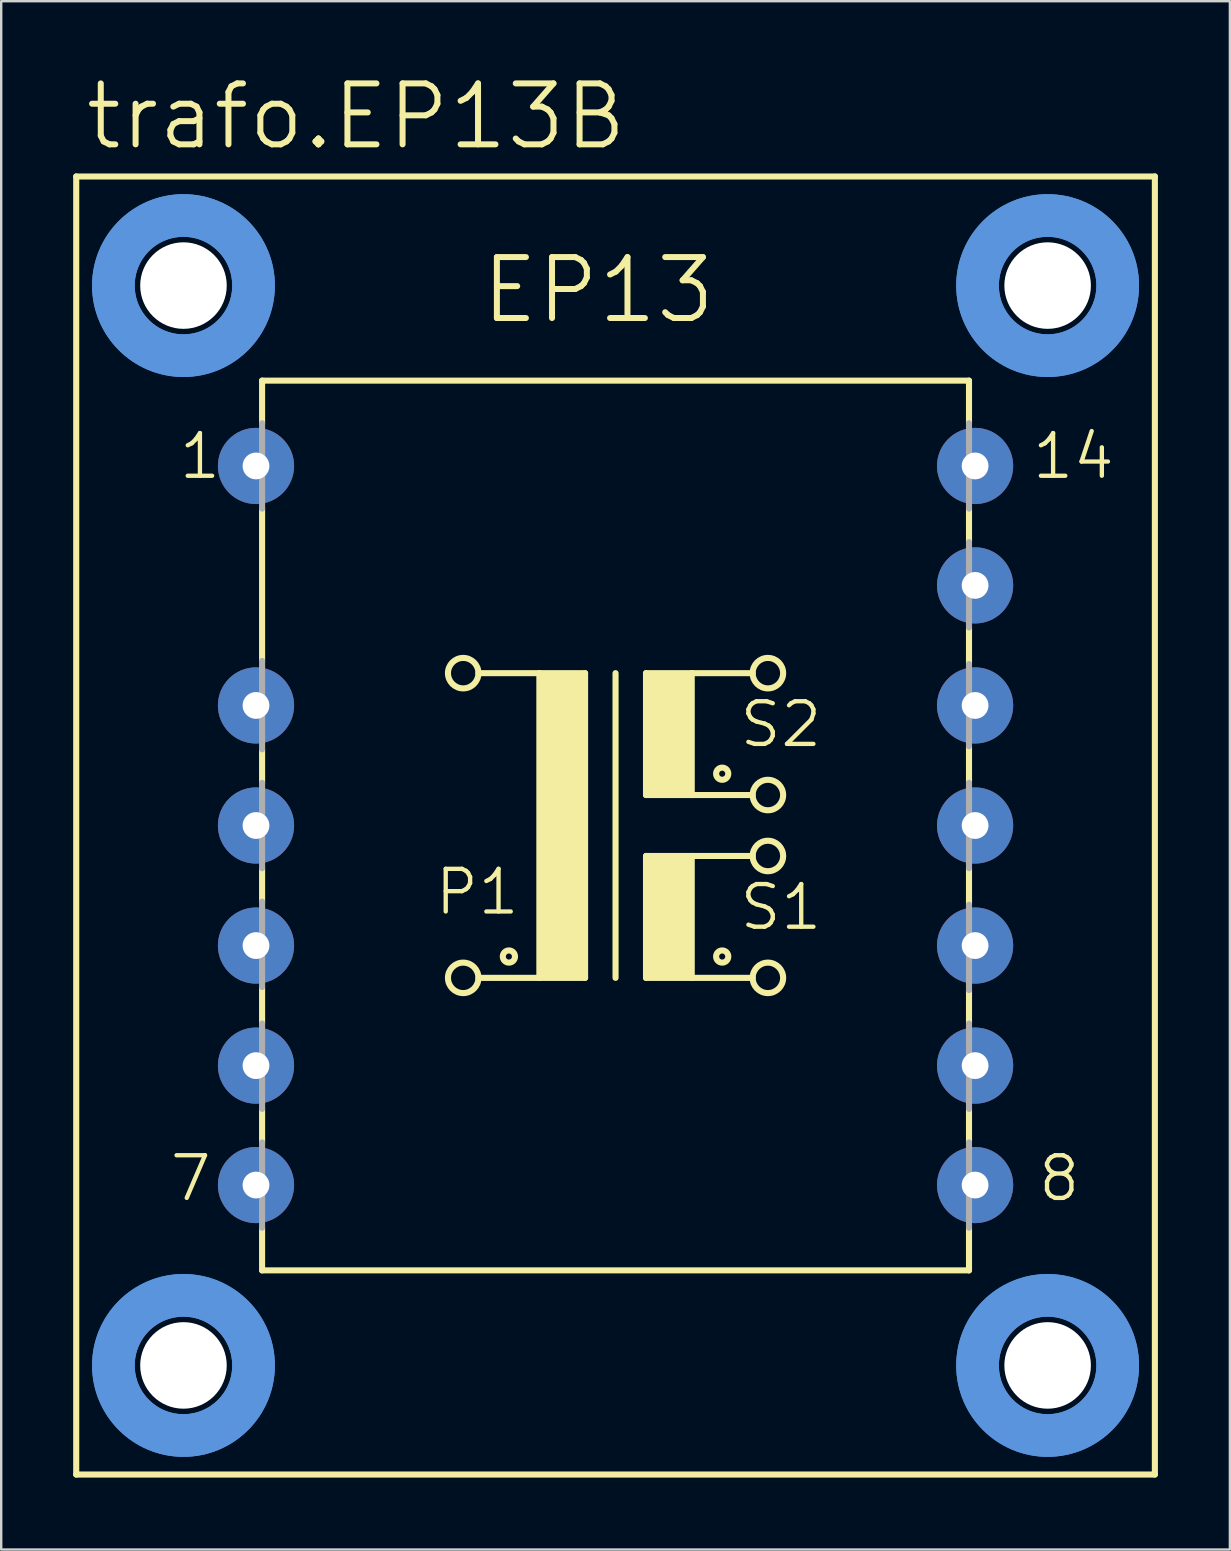
<source format=kicad_pcb>
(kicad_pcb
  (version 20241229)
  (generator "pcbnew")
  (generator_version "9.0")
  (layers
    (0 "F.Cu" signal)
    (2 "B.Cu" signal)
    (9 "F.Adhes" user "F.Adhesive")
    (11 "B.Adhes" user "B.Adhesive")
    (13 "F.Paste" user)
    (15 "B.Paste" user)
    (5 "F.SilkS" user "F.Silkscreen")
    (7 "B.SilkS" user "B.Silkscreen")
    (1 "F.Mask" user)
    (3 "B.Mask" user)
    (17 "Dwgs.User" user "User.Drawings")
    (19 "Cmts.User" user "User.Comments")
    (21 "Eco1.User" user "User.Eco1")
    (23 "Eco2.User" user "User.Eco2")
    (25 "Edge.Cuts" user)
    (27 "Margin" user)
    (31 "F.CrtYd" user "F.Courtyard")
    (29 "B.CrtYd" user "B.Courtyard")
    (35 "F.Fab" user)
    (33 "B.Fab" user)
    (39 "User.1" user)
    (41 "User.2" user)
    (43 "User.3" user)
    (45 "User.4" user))
  (footprint "trafo.EP13B"
    (layer "F.Cu")
    (at 22.606 31.357)
    (property "Reference" "trafo.EP13B" (at -22.225 -28.067 0) (layer "F.SilkS") (effects (font (size 2.54 2.54) (thickness 0.25)) (justify left bottom)))
    (attr through_hole)
    (fp_line (start -22.479 27.051) (end -22.479 -27.051) (stroke (width 0.254) (type default)) (layer "F.SilkS"))
    (fp_line (start -22.479 27.051) (end 22.479 27.051) (stroke (width 0.254) (type default)) (layer "F.SilkS"))
    (fp_line (start -14.732 -18.542) (end -14.732 -16.764) (stroke (width 0.254) (type default)) (layer "F.SilkS"))
    (fp_line (start -14.732 -18.542) (end 14.732 -18.542) (stroke (width 0.254) (type default)) (layer "F.SilkS"))
    (fp_line (start -14.732 -13.208) (end -14.732 -6.858) (stroke (width 0.254) (type default)) (layer "F.SilkS"))
    (fp_line (start -14.732 -3.175) (end -14.732 -1.778) (stroke (width 0.254) (type default)) (layer "F.SilkS"))
    (fp_line (start -14.732 1.778) (end -14.732 3.175) (stroke (width 0.254) (type default)) (layer "F.SilkS"))
    (fp_line (start -14.732 6.731) (end -14.732 8.255) (stroke (width 0.254) (type default)) (layer "F.SilkS"))
    (fp_line (start -14.732 11.811) (end -14.732 13.208) (stroke (width 0.254) (type default)) (layer "F.SilkS"))
    (fp_line (start -14.732 16.764) (end -14.732 18.542) (stroke (width 0.254) (type default)) (layer "F.SilkS"))
    (fp_line (start -5.715 -6.35) (end -3.175 -6.35) (stroke (width 0.254) (type default)) (layer "F.SilkS"))
    (fp_line (start -3.175 -6.35) (end -3.175 6.35) (stroke (width 0.254) (type default)) (layer "F.SilkS"))
    (fp_line (start -3.175 -6.35) (end -1.27 -6.35) (stroke (width 0.254) (type default)) (layer "F.SilkS"))
    (fp_line (start -3.175 6.35) (end -5.715 6.35) (stroke (width 0.254) (type default)) (layer "F.SilkS"))
    (fp_line (start -1.27 -6.35) (end -1.27 6.35) (stroke (width 0.254) (type default)) (layer "F.SilkS"))
    (fp_line (start -1.27 6.35) (end -3.175 6.35) (stroke (width 0.254) (type default)) (layer "F.SilkS"))
    (fp_line (start 0 -6.35) (end 0 6.35) (stroke (width 0.254) (type default)) (layer "F.SilkS"))
    (fp_line (start 1.27 -6.35) (end 1.27 -1.27) (stroke (width 0.254) (type default)) (layer "F.SilkS"))
    (fp_line (start 1.27 -6.35) (end 3.175 -6.35) (stroke (width 0.254) (type default)) (layer "F.SilkS"))
    (fp_line (start 1.27 -1.27) (end 3.175 -1.27) (stroke (width 0.254) (type default)) (layer "F.SilkS"))
    (fp_line (start 1.27 1.27) (end 1.27 6.35) (stroke (width 0.254) (type default)) (layer "F.SilkS"))
    (fp_line (start 1.27 1.27) (end 3.175 1.27) (stroke (width 0.254) (type default)) (layer "F.SilkS"))
    (fp_line (start 1.27 6.35) (end 3.175 6.35) (stroke (width 0.254) (type default)) (layer "F.SilkS"))
    (fp_line (start 3.175 -6.35) (end 5.715 -6.35) (stroke (width 0.254) (type default)) (layer "F.SilkS"))
    (fp_line (start 3.175 -1.27) (end 3.175 -6.35) (stroke (width 0.254) (type default)) (layer "F.SilkS"))
    (fp_line (start 3.175 -1.27) (end 5.715 -1.27) (stroke (width 0.254) (type default)) (layer "F.SilkS"))
    (fp_line (start 3.175 1.27) (end 5.715 1.27) (stroke (width 0.254) (type default)) (layer "F.SilkS"))
    (fp_line (start 3.175 6.35) (end 3.175 1.27) (stroke (width 0.254) (type default)) (layer "F.SilkS"))
    (fp_line (start 3.175 6.35) (end 5.715 6.35) (stroke (width 0.254) (type default)) (layer "F.SilkS"))
    (fp_line (start 14.732 -16.764) (end 14.732 -18.542) (stroke (width 0.254) (type default)) (layer "F.SilkS"))
    (fp_line (start 14.732 -11.811) (end 14.732 -13.208) (stroke (width 0.254) (type default)) (layer "F.SilkS"))
    (fp_line (start 14.732 -6.731) (end 14.732 -8.255) (stroke (width 0.254) (type default)) (layer "F.SilkS"))
    (fp_line (start 14.732 -1.778) (end 14.732 -3.302) (stroke (width 0.254) (type default)) (layer "F.SilkS"))
    (fp_line (start 14.732 3.302) (end 14.732 1.778) (stroke (width 0.254) (type default)) (layer "F.SilkS"))
    (fp_line (start 14.732 8.255) (end 14.732 6.858) (stroke (width 0.254) (type default)) (layer "F.SilkS"))
    (fp_line (start 14.732 13.208) (end 14.732 11.811) (stroke (width 0.254) (type default)) (layer "F.SilkS"))
    (fp_line (start 14.732 18.542) (end -14.732 18.542) (stroke (width 0.254) (type default)) (layer "F.SilkS"))
    (fp_line (start 14.732 18.542) (end 14.732 16.764) (stroke (width 0.254) (type default)) (layer "F.SilkS"))
    (fp_line (start 22.479 -27.051) (end -22.479 -27.051) (stroke (width 0.254) (type default)) (layer "F.SilkS"))
    (fp_line (start 22.479 -27.051) (end 22.479 27.051) (stroke (width 0.254) (type default)) (layer "F.SilkS"))
    (fp_rect (start -3.175 6.35) (end -1.27 -6.35) (stroke (width 0.05) (type default)) (fill yes) (layer "F.SilkS"))
    (fp_rect (start 1.27 -1.27) (end 3.175 -6.35) (stroke (width 0.05) (type default)) (fill yes) (layer "F.SilkS"))
    (fp_rect (start 1.27 6.35) (end 3.175 1.27) (stroke (width 0.05) (type default)) (fill yes) (layer "F.SilkS"))
    (fp_circle (center -6.35 -6.35) (end -5.715 -6.35) (stroke (width 0.254) (type default)) (fill no) (layer "F.SilkS"))
    (fp_circle (center -6.35 6.35) (end -5.715 6.35) (stroke (width 0.254) (type default)) (fill no) (layer "F.SilkS"))
    (fp_circle (center -4.445 5.461) (end -4.191 5.461) (stroke (width 0.254) (type default)) (fill no) (layer "F.SilkS"))
    (fp_circle (center 4.445 -2.159) (end 4.699 -2.159) (stroke (width 0.254) (type default)) (fill no) (layer "F.SilkS"))
    (fp_circle (center 4.445 5.461) (end 4.699 5.461) (stroke (width 0.254) (type default)) (fill no) (layer "F.SilkS"))
    (fp_circle (center 6.35 -6.35) (end 6.985 -6.35) (stroke (width 0.254) (type default)) (fill no) (layer "F.SilkS"))
    (fp_circle (center 6.35 -1.27) (end 6.985 -1.27) (stroke (width 0.254) (type default)) (fill no) (layer "F.SilkS"))
    (fp_circle (center 6.35 1.27) (end 6.985 1.27) (stroke (width 0.254) (type default)) (fill no) (layer "F.SilkS"))
    (fp_circle (center 6.35 6.35) (end 6.985 6.35) (stroke (width 0.254) (type default)) (fill no) (layer "F.SilkS"))
    (fp_circle (center -18.009 -22.504) (end -15.088 -22.504) (stroke (width 1.778) (type default)) (fill no) (layer "Cmts.User"))
    (fp_circle (center -18.009 -22.504) (end -15.088 -22.504) (stroke (width 1.778) (type default)) (fill no) (layer "Cmts.User"))
    (fp_circle (center -18.009 22.504) (end -15.088 22.504) (stroke (width 1.778) (type default)) (fill no) (layer "Cmts.User"))
    (fp_circle (center -18.009 22.504) (end -15.088 22.504) (stroke (width 1.778) (type default)) (fill no) (layer "Cmts.User"))
    (fp_circle (center 18.009 -22.504) (end 20.93 -22.504) (stroke (width 1.778) (type default)) (fill no) (layer "Cmts.User"))
    (fp_circle (center 18.009 -22.504) (end 20.93 -22.504) (stroke (width 1.778) (type default)) (fill no) (layer "Cmts.User"))
    (fp_circle (center 18.009 22.504) (end 20.93 22.504) (stroke (width 1.778) (type default)) (fill no) (layer "Cmts.User"))
    (fp_circle (center 18.009 22.504) (end 20.93 22.504) (stroke (width 1.778) (type default)) (fill no) (layer "Cmts.User"))
    (fp_line (start -14.732 -13.208) (end -14.732 -16.764) (stroke (width 0.254) (type default)) (layer "F.Fab"))
    (fp_line (start -14.732 -3.175) (end -14.732 -6.858) (stroke (width 0.254) (type default)) (layer "F.Fab"))
    (fp_line (start -14.732 1.778) (end -14.732 -1.778) (stroke (width 0.254) (type default)) (layer "F.Fab"))
    (fp_line (start -14.732 6.731) (end -14.732 3.175) (stroke (width 0.254) (type default)) (layer "F.Fab"))
    (fp_line (start -14.732 11.811) (end -14.732 8.255) (stroke (width 0.254) (type default)) (layer "F.Fab"))
    (fp_line (start -14.732 16.764) (end -14.732 13.208) (stroke (width 0.254) (type default)) (layer "F.Fab"))
    (fp_line (start 14.732 -16.764) (end 14.732 -13.208) (stroke (width 0.254) (type default)) (layer "F.Fab"))
    (fp_line (start 14.732 -11.811) (end 14.732 -8.255) (stroke (width 0.254) (type default)) (layer "F.Fab"))
    (fp_line (start 14.732 -6.731) (end 14.732 -3.302) (stroke (width 0.254) (type default)) (layer "F.Fab"))
    (fp_line (start 14.732 -1.778) (end 14.732 1.778) (stroke (width 0.254) (type default)) (layer "F.Fab"))
    (fp_line (start 14.732 3.302) (end 14.732 6.858) (stroke (width 0.254) (type default)) (layer "F.Fab"))
    (fp_line (start 14.732 8.255) (end 14.732 11.811) (stroke (width 0.254) (type default)) (layer "F.Fab"))
    (fp_line (start 14.732 13.208) (end 14.732 16.764) (stroke (width 0.254) (type default)) (layer "F.Fab"))
    (fp_text user "P1" (at -7.62 3.81 0) (layer "F.SilkS") (effects (font (size 1.778 1.778) (thickness 0.18)) (justify left bottom)))
    (fp_text user "14" (at 17.272 -14.351 0) (layer "F.SilkS") (effects (font (size 1.778 1.778) (thickness 0.18)) (justify left bottom)))
    (fp_text user "EP13" (at -5.715 -20.828 0) (layer "F.SilkS") (effects (font (size 2.54 2.54) (thickness 0.25)) (justify left bottom)))
    (fp_text user "7" (at -18.669 15.748 0) (layer "F.SilkS") (effects (font (size 1.778 1.778) (thickness 0.18)) (justify left bottom)))
    (fp_text user "1" (at -18.288 -14.351 0) (layer "F.SilkS") (effects (font (size 1.778 1.778) (thickness 0.18)) (justify left bottom)))
    (fp_text user "8" (at 17.526 15.748 0) (layer "F.SilkS") (effects (font (size 1.778 1.778) (thickness 0.18)) (justify left bottom)))
    (fp_text user "S2" (at 5.08 -3.175 0) (layer "F.SilkS") (effects (font (size 1.778 1.778) (thickness 0.18)) (justify left bottom)))
    (fp_text user "S1" (at 5.08 4.445 0) (layer "F.SilkS") (effects (font (size 1.778 1.778) (thickness 0.18)) (justify left bottom)))
    (pad "" np_thru_hole circle (at -18.009 -22.504) (size 3.607 3.607) (drill 3.607) (layers "*.Cu" "*.Mask"))
    (pad "" np_thru_hole circle (at -18.009 22.504) (size 3.607 3.607) (drill 3.607) (layers "*.Cu" "*.Mask"))
    (pad "" np_thru_hole circle (at 18.009 -22.504) (size 3.607 3.607) (drill 3.607) (layers "*.Cu" "*.Mask"))
    (pad "" np_thru_hole circle (at 18.009 22.504) (size 3.607 3.607) (drill 3.607) (layers "*.Cu" "*.Mask"))
    (pad "1" thru_hole circle (at -14.986 -14.986) (size 3.175 3.175) (drill 1.118) (layers "*.Cu" "*.Mask"))
    (pad "3" thru_hole circle (at -14.986 -5.004) (size 3.175 3.175) (drill 1.118) (layers "*.Cu" "*.Mask"))
    (pad "4" thru_hole circle (at -14.986 0) (size 3.175 3.175) (drill 1.118) (layers "*.Cu" "*.Mask"))
    (pad "5" thru_hole circle (at -14.986 5.004) (size 3.175 3.175) (drill 1.118) (layers "*.Cu" "*.Mask"))
    (pad "6" thru_hole circle (at -14.986 10.008) (size 3.175 3.175) (drill 1.118) (layers "*.Cu" "*.Mask"))
    (pad "7" thru_hole circle (at -14.986 14.986) (size 3.175 3.175) (drill 1.118) (layers "*.Cu" "*.Mask"))
    (pad "8" thru_hole circle (at 14.986 14.986) (size 3.175 3.175) (drill 1.118) (layers "*.Cu" "*.Mask"))
    (pad "9" thru_hole circle (at 14.986 10.008) (size 3.175 3.175) (drill 1.118) (layers "*.Cu" "*.Mask"))
    (pad "10" thru_hole circle (at 14.986 5.004) (size 3.175 3.175) (drill 1.118) (layers "*.Cu" "*.Mask"))
    (pad "11" thru_hole circle (at 14.986 0) (size 3.175 3.175) (drill 1.118) (layers "*.Cu" "*.Mask"))
    (pad "12" thru_hole circle (at 14.986 -5.004) (size 3.175 3.175) (drill 1.118) (layers "*.Cu" "*.Mask"))
    (pad "13" thru_hole circle (at 14.986 -10.008) (size 3.175 3.175) (drill 1.118) (layers "*.Cu" "*.Mask"))
    (pad "14" thru_hole circle (at 14.986 -14.986) (size 3.175 3.175) (drill 1.118) (layers "*.Cu" "*.Mask")))
  (gr_rect
    (start -3 -3)
    (end 48.212 61.535)
    (stroke (width 0.1) (type default))
    (fill no)
    (layer "Edge.Cuts")))
</source>
